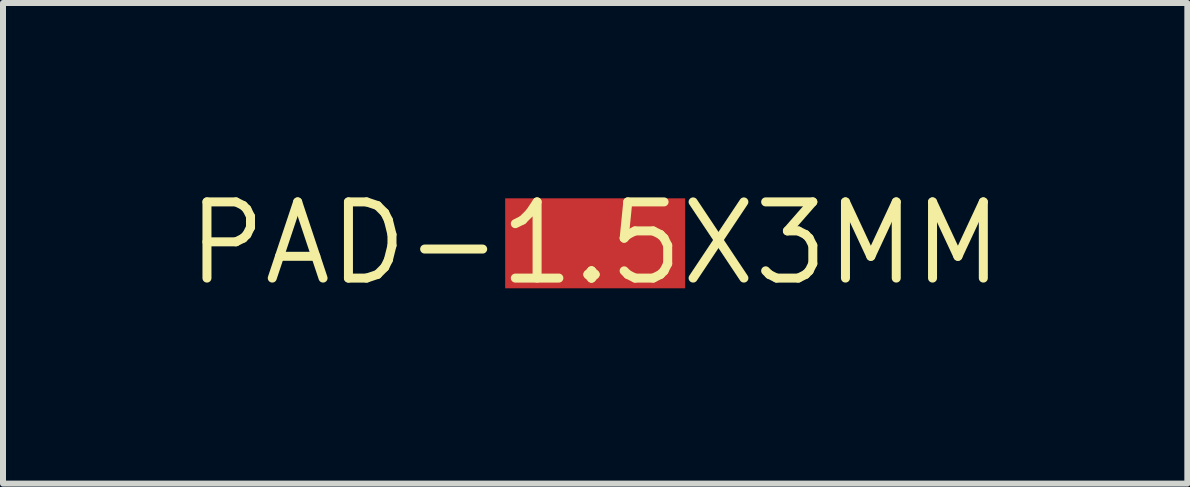
<source format=kicad_pcb>
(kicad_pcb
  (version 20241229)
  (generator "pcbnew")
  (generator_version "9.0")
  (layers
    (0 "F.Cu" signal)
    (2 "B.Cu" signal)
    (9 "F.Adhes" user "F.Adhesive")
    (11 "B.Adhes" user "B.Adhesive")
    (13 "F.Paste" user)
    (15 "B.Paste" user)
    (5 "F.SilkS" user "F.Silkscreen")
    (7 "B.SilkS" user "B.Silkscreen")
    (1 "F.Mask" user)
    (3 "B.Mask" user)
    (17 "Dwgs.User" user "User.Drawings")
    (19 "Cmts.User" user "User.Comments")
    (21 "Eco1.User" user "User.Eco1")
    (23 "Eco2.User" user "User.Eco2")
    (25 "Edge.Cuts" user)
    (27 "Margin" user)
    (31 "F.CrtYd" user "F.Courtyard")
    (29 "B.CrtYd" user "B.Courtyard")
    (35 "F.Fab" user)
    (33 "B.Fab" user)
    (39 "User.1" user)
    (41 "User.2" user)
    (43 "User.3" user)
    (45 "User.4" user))
  (footprint "PAD-1.5X3MM"
    (layer "F.Cu")
    (at 6.871 1.006)
    (property "Reference" "PAD-1.5X3MM" (at 0 0 0) (layer "F.SilkS") (effects (font (size 1.27 1.27) (thickness 0.15))))
    (attr through_hole)
    (pad "P$1" smd rect (at 0 0) (size 3 1.5) (layers "F.Cu" "F.Mask" "F.Paste")))
  (gr_rect
    (start -3 -3)
    (end 16.743 5.012)
    (stroke (width 0.1) (type default))
    (fill no)
    (layer "Edge.Cuts")))
</source>
